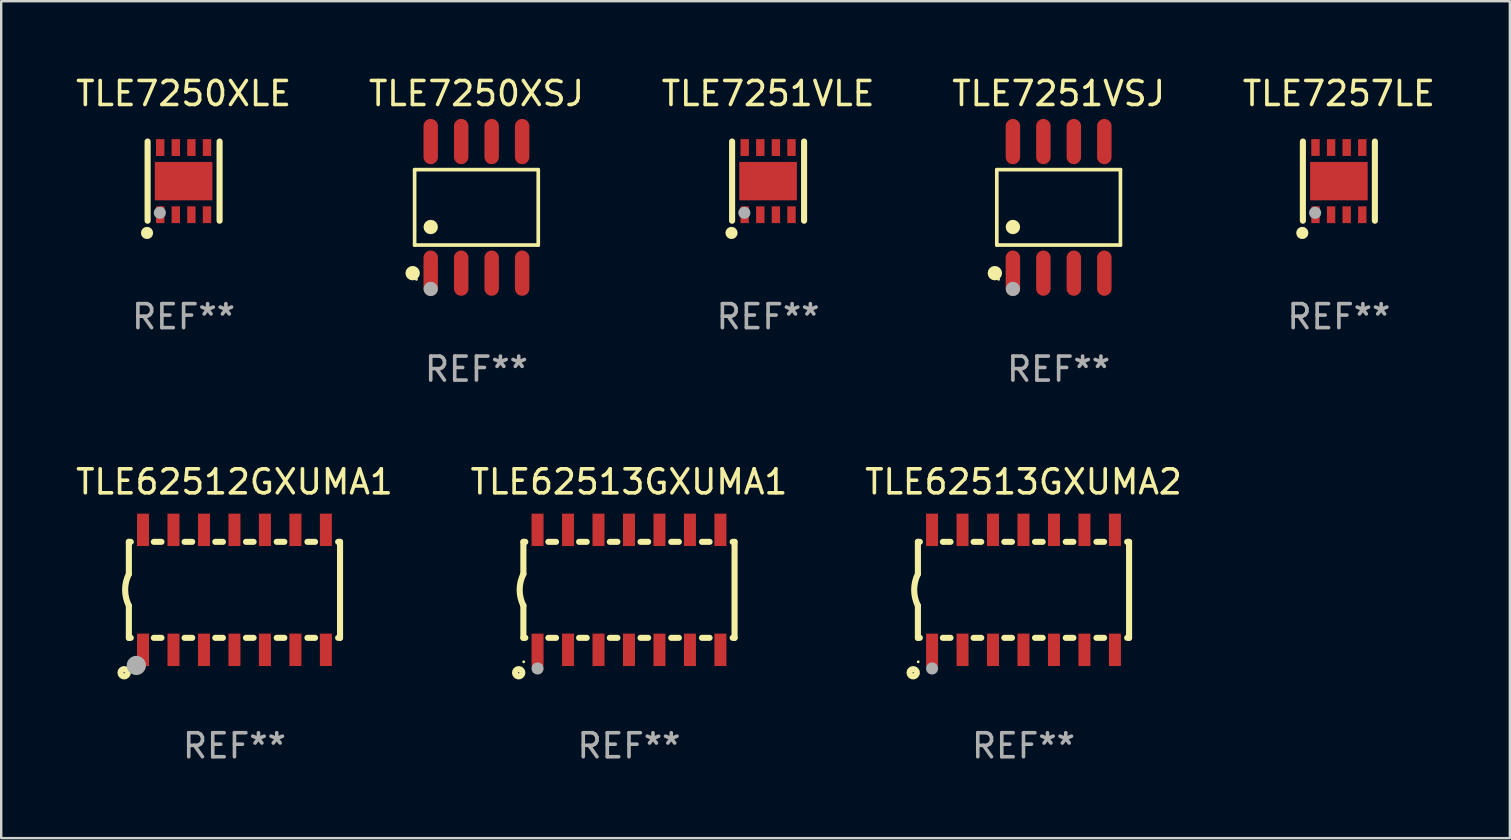
<source format=kicad_pcb>
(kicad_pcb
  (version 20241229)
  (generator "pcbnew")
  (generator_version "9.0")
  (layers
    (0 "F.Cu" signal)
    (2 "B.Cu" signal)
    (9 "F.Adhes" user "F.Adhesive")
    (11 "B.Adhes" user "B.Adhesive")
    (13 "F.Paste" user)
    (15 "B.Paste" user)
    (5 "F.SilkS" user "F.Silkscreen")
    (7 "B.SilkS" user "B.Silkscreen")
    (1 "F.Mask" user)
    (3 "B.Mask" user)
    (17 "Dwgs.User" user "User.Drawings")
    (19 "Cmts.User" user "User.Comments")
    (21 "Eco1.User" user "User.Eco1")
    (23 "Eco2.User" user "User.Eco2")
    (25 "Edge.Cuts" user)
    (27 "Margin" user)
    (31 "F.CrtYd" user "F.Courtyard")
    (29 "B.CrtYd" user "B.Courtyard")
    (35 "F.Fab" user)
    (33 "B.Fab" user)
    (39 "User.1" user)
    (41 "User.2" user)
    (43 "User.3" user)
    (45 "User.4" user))
  (footprint "TLE62512GXUMA1"
    (layer "F.Cu")
    (at 6.72 21.53)
    (property "Reference" "TLE62512GXUMA1" (at 0 -4.5 0) (layer "F.SilkS") (effects (font (size 1 1) (thickness 0.15))))
    (attr through_hole)
    (fp_line (start -4.4 -2) (end -4.4 -0.66) (stroke (width 0.254) (type solid)) (layer "F.SilkS"))
    (fp_line (start -4.4 -2) (end -4.321 -2) (stroke (width 0.254) (type solid)) (layer "F.SilkS"))
    (fp_line (start -4.4 2) (end -4.4 0.66) (stroke (width 0.254) (type solid)) (layer "F.SilkS"))
    (fp_line (start -4.4 2) (end -4.321 2) (stroke (width 0.254) (type solid)) (layer "F.SilkS"))
    (fp_line (start -3.359 -2) (end -3.041 -2) (stroke (width 0.254) (type solid)) (layer "F.SilkS"))
    (fp_line (start -3.359 2) (end -3.041 2) (stroke (width 0.254) (type solid)) (layer "F.SilkS"))
    (fp_line (start -2.079 -2) (end -1.761 -2) (stroke (width 0.254) (type solid)) (layer "F.SilkS"))
    (fp_line (start -2.079 2) (end -1.761 2) (stroke (width 0.254) (type solid)) (layer "F.SilkS"))
    (fp_line (start -0.799 -2) (end -0.481 -2) (stroke (width 0.254) (type solid)) (layer "F.SilkS"))
    (fp_line (start -0.799 2) (end -0.481 2) (stroke (width 0.254) (type solid)) (layer "F.SilkS"))
    (fp_line (start 0.481 -2) (end 0.799 -2) (stroke (width 0.254) (type solid)) (layer "F.SilkS"))
    (fp_line (start 0.481 2) (end 0.799 2) (stroke (width 0.254) (type solid)) (layer "F.SilkS"))
    (fp_line (start 1.761 -2) (end 2.079 -2) (stroke (width 0.254) (type solid)) (layer "F.SilkS"))
    (fp_line (start 1.761 2) (end 2.079 2) (stroke (width 0.254) (type solid)) (layer "F.SilkS"))
    (fp_line (start 3.041 -2) (end 3.359 -2) (stroke (width 0.254) (type solid)) (layer "F.SilkS"))
    (fp_line (start 3.041 2) (end 3.359 2) (stroke (width 0.254) (type solid)) (layer "F.SilkS"))
    (fp_line (start 4.321 -2) (end 4.4 -2) (stroke (width 0.254) (type solid)) (layer "F.SilkS"))
    (fp_line (start 4.321 2) (end 4.4 2) (stroke (width 0.254) (type solid)) (layer "F.SilkS"))
    (fp_line (start 4.4 2) (end 4.4 -2) (stroke (width 0.254) (type solid)) (layer "F.SilkS"))
    (fp_arc (start -4.399314 0.660274) (mid -4.555404 0.000172) (end -4.400025 -0.660097) (stroke (width 0.254001) (type solid)) (layer "F.SilkS"))
    (fp_circle (center -4.597 3.454) (end -4.572 3.454) (stroke (width 0.254) (type solid)) (fill no) (layer "F.SilkS"))
    (fp_circle (center -4.375 3) (end -4.345 3) (stroke (width 0.06) (type solid)) (fill no) (layer "F.SilkS"))
    (fp_circle (center -4.089 3.15) (end -3.889 3.15) (stroke (width 0.4) (type solid)) (fill no) (layer "F.Fab"))
    (fp_text user "REF**" (at 0 6.5 0) (layer "F.Fab") (effects (font (size 1 1) (thickness 0.15))))
    (pad "1" smd rect (at -3.81 2.5 90) (size 1.35 0.5) (layers "F.Cu" "F.Mask" "F.Paste"))
    (pad "2" smd rect (at -2.54 2.5 90) (size 1.35 0.5) (layers "F.Cu" "F.Mask" "F.Paste"))
    (pad "3" smd rect (at -1.27 2.5 90) (size 1.35 0.5) (layers "F.Cu" "F.Mask" "F.Paste"))
    (pad "4" smd rect (at -0.000025 2.5 90) (size 1.35 0.5) (layers "F.Cu" "F.Mask" "F.Paste"))
    (pad "5" smd rect (at 1.27 2.5 90) (size 1.35 0.5) (layers "F.Cu" "F.Mask" "F.Paste"))
    (pad "6" smd rect (at 2.54 2.5 90) (size 1.35 0.5) (layers "F.Cu" "F.Mask" "F.Paste"))
    (pad "7" smd rect (at 3.81 2.5 90) (size 1.35 0.5) (layers "F.Cu" "F.Mask" "F.Paste"))
    (pad "8" smd rect (at 3.81 -2.5 90) (size 1.35 0.5) (layers "F.Cu" "F.Mask" "F.Paste"))
    (pad "9" smd rect (at 2.54 -2.5 90) (size 1.35 0.5) (layers "F.Cu" "F.Mask" "F.Paste"))
    (pad "10" smd rect (at 1.27 -2.5 90) (size 1.35 0.5) (layers "F.Cu" "F.Mask" "F.Paste"))
    (pad "11" smd rect (at -0.000025 -2.5 90) (size 1.35 0.5) (layers "F.Cu" "F.Mask" "F.Paste"))
    (pad "12" smd rect (at -1.27 -2.5 90) (size 1.35 0.5) (layers "F.Cu" "F.Mask" "F.Paste"))
    (pad "13" smd rect (at -2.54 -2.5 90) (size 1.35 0.5) (layers "F.Cu" "F.Mask" "F.Paste"))
    (pad "14" smd rect (at -3.81 -2.5 90) (size 1.35 0.5) (layers "F.Cu" "F.Mask" "F.Paste")))
  (footprint "TLE7251VLE"
    (layer "F.Cu")
    (at 28.958 4.498)
    (property "Reference" "TLE7251VLE" (at 0 -3.65 0) (layer "F.SilkS") (effects (font (size 1 1) (thickness 0.15))))
    (attr through_hole)
    (fp_line (start -1.5 1.65) (end -1.5 -1.65) (stroke (width 0.254) (type solid)) (layer "F.SilkS"))
    (fp_line (start 1.5 1.65) (end 1.5 -1.65) (stroke (width 0.254) (type solid)) (layer "F.SilkS"))
    (fp_circle (center -1.524 2.159) (end -1.397 2.159) (stroke (width 0.254) (type solid)) (fill no) (layer "F.SilkS"))
    (fp_circle (center -1.5 1.5) (end -1.47 1.5) (stroke (width 0.06) (type solid)) (fill no) (layer "F.SilkS"))
    (fp_circle (center -0.99 1.32) (end -0.863 1.32) (stroke (width 0.254) (type solid)) (fill no) (layer "F.Fab"))
    (fp_text user "REF**" (at 0 5.65 0) (layer "F.Fab") (effects (font (size 1 1) (thickness 0.15))))
    (pad "1" smd rect (at -0.975 1.4 270) (size 0.7 0.35) (layers "F.Cu" "F.Mask" "F.Paste"))
    (pad "2" smd rect (at -0.325 1.4 270) (size 0.7 0.35) (layers "F.Cu" "F.Mask" "F.Paste"))
    (pad "3" smd rect (at 0.325 1.4 270) (size 0.7 0.35) (layers "F.Cu" "F.Mask" "F.Paste"))
    (pad "4" smd rect (at 0.975 1.4 270) (size 0.7 0.35) (layers "F.Cu" "F.Mask" "F.Paste"))
    (pad "5" smd rect (at 0.975 -1.4 270) (size 0.7 0.35) (layers "F.Cu" "F.Mask" "F.Paste"))
    (pad "6" smd rect (at 0.325 -1.4 270) (size 0.7 0.35) (layers "F.Cu" "F.Mask" "F.Paste"))
    (pad "7" smd rect (at -0.325 -1.4 270) (size 0.7 0.35) (layers "F.Cu" "F.Mask" "F.Paste"))
    (pad "8" smd rect (at -0.975 -1.4 270) (size 0.7 0.35) (layers "F.Cu" "F.Mask" "F.Paste"))
    (pad "9" smd rect (at 0.000241 0.000064) (size 2.4 1.6) (layers "F.Cu" "F.Mask" "F.Paste")))
  (footprint "TLE62513GXUMA2"
    (layer "F.Cu")
    (at 39.601 21.53)
    (property "Reference" "TLE62513GXUMA2" (at 0 -4.5 0) (layer "F.SilkS") (effects (font (size 1 1) (thickness 0.15))))
    (attr through_hole)
    (fp_line (start -4.4 -2) (end -4.4 -0.66) (stroke (width 0.254) (type solid)) (layer "F.SilkS"))
    (fp_line (start -4.4 -2) (end -4.321 -2) (stroke (width 0.254) (type solid)) (layer "F.SilkS"))
    (fp_line (start -4.4 2) (end -4.4 0.66) (stroke (width 0.254) (type solid)) (layer "F.SilkS"))
    (fp_line (start -4.4 2) (end -4.321 2) (stroke (width 0.254) (type solid)) (layer "F.SilkS"))
    (fp_line (start -3.359 -2) (end -3.041 -2) (stroke (width 0.254) (type solid)) (layer "F.SilkS"))
    (fp_line (start -3.359 2) (end -3.041 2) (stroke (width 0.254) (type solid)) (layer "F.SilkS"))
    (fp_line (start -2.079 -2) (end -1.761 -2) (stroke (width 0.254) (type solid)) (layer "F.SilkS"))
    (fp_line (start -2.079 2) (end -1.761 2) (stroke (width 0.254) (type solid)) (layer "F.SilkS"))
    (fp_line (start -0.799 -2) (end -0.481 -2) (stroke (width 0.254) (type solid)) (layer "F.SilkS"))
    (fp_line (start -0.799 2) (end -0.481 2) (stroke (width 0.254) (type solid)) (layer "F.SilkS"))
    (fp_line (start 0.481 -2) (end 0.799 -2) (stroke (width 0.254) (type solid)) (layer "F.SilkS"))
    (fp_line (start 0.481 2) (end 0.799 2) (stroke (width 0.254) (type solid)) (layer "F.SilkS"))
    (fp_line (start 1.761 -2) (end 2.079 -2) (stroke (width 0.254) (type solid)) (layer "F.SilkS"))
    (fp_line (start 1.761 2) (end 2.079 2) (stroke (width 0.254) (type solid)) (layer "F.SilkS"))
    (fp_line (start 3.041 -2) (end 3.359 -2) (stroke (width 0.254) (type solid)) (layer "F.SilkS"))
    (fp_line (start 3.041 2) (end 3.359 2) (stroke (width 0.254) (type solid)) (layer "F.SilkS"))
    (fp_line (start 4.321 -2) (end 4.4 -2) (stroke (width 0.254) (type solid)) (layer "F.SilkS"))
    (fp_line (start 4.321 2) (end 4.4 2) (stroke (width 0.254) (type solid)) (layer "F.SilkS"))
    (fp_line (start 4.4 2) (end 4.4 -2) (stroke (width 0.254) (type solid)) (layer "F.SilkS"))
    (fp_arc (start -4.399314 0.660274) (mid -4.555404 0.000172) (end -4.400025 -0.660097) (stroke (width 0.254001) (type solid)) (layer "F.SilkS"))
    (fp_circle (center -4.597 3.454) (end -4.572 3.454) (stroke (width 0.254) (type solid)) (fill no) (layer "F.SilkS"))
    (fp_circle (center -4.387 2.999) (end -4.357 2.999) (stroke (width 0.06) (type solid)) (fill no) (layer "F.SilkS"))
    (fp_circle (center -3.81 3.277) (end -3.683 3.277) (stroke (width 0.254) (type solid)) (fill no) (layer "F.Fab"))
    (fp_text user "REF**" (at 0 6.5 0) (layer "F.Fab") (effects (font (size 1 1) (thickness 0.15))))
    (pad "1" smd rect (at -3.81 2.5 90) (size 1.35 0.5) (layers "F.Cu" "F.Mask" "F.Paste"))
    (pad "2" smd rect (at -2.54 2.5 90) (size 1.35 0.5) (layers "F.Cu" "F.Mask" "F.Paste"))
    (pad "3" smd rect (at -1.27 2.5 90) (size 1.35 0.5) (layers "F.Cu" "F.Mask" "F.Paste"))
    (pad "4" smd rect (at -0.000025 2.5 90) (size 1.35 0.5) (layers "F.Cu" "F.Mask" "F.Paste"))
    (pad "5" smd rect (at 1.27 2.5 90) (size 1.35 0.5) (layers "F.Cu" "F.Mask" "F.Paste"))
    (pad "6" smd rect (at 2.54 2.5 90) (size 1.35 0.5) (layers "F.Cu" "F.Mask" "F.Paste"))
    (pad "7" smd rect (at 3.81 2.5 90) (size 1.35 0.5) (layers "F.Cu" "F.Mask" "F.Paste"))
    (pad "8" smd rect (at 3.81 -2.5 90) (size 1.35 0.5) (layers "F.Cu" "F.Mask" "F.Paste"))
    (pad "9" smd rect (at 2.54 -2.5 90) (size 1.35 0.5) (layers "F.Cu" "F.Mask" "F.Paste"))
    (pad "10" smd rect (at 1.27 -2.5 90) (size 1.35 0.5) (layers "F.Cu" "F.Mask" "F.Paste"))
    (pad "11" smd rect (at -0.000025 -2.5 90) (size 1.35 0.5) (layers "F.Cu" "F.Mask" "F.Paste"))
    (pad "12" smd rect (at -1.27 -2.5 90) (size 1.35 0.5) (layers "F.Cu" "F.Mask" "F.Paste"))
    (pad "13" smd rect (at -2.54 -2.5 90) (size 1.35 0.5) (layers "F.Cu" "F.Mask" "F.Paste"))
    (pad "14" smd rect (at -3.81 -2.5 90) (size 1.35 0.5) (layers "F.Cu" "F.Mask" "F.Paste")))
  (footprint "TLE7250XLE"
    (layer "F.Cu")
    (at 4.601 4.498)
    (property "Reference" "TLE7250XLE" (at 0 -3.65 0) (layer "F.SilkS") (effects (font (size 1 1) (thickness 0.15))))
    (attr through_hole)
    (fp_line (start -1.5 1.65) (end -1.5 -1.65) (stroke (width 0.254) (type solid)) (layer "F.SilkS"))
    (fp_line (start 1.5 1.65) (end 1.5 -1.65) (stroke (width 0.254) (type solid)) (layer "F.SilkS"))
    (fp_circle (center -1.524 2.159) (end -1.397 2.159) (stroke (width 0.254) (type solid)) (fill no) (layer "F.SilkS"))
    (fp_circle (center -1.5 1.5) (end -1.47 1.5) (stroke (width 0.06) (type solid)) (fill no) (layer "F.SilkS"))
    (fp_circle (center -0.99 1.32) (end -0.863 1.32) (stroke (width 0.254) (type solid)) (fill no) (layer "F.Fab"))
    (fp_text user "REF**" (at 0 5.65 0) (layer "F.Fab") (effects (font (size 1 1) (thickness 0.15))))
    (pad "1" smd rect (at -0.975 1.4 270) (size 0.7 0.35) (layers "F.Cu" "F.Mask" "F.Paste"))
    (pad "2" smd rect (at -0.325 1.4 270) (size 0.7 0.35) (layers "F.Cu" "F.Mask" "F.Paste"))
    (pad "3" smd rect (at 0.325 1.4 270) (size 0.7 0.35) (layers "F.Cu" "F.Mask" "F.Paste"))
    (pad "4" smd rect (at 0.975 1.4 270) (size 0.7 0.35) (layers "F.Cu" "F.Mask" "F.Paste"))
    (pad "5" smd rect (at 0.975 -1.4 270) (size 0.7 0.35) (layers "F.Cu" "F.Mask" "F.Paste"))
    (pad "6" smd rect (at 0.325 -1.4 270) (size 0.7 0.35) (layers "F.Cu" "F.Mask" "F.Paste"))
    (pad "7" smd rect (at -0.325 -1.4 270) (size 0.7 0.35) (layers "F.Cu" "F.Mask" "F.Paste"))
    (pad "8" smd rect (at -0.975 -1.4 270) (size 0.7 0.35) (layers "F.Cu" "F.Mask" "F.Paste"))
    (pad "9" smd rect (at 0.000241 0.000064) (size 2.4 1.6) (layers "F.Cu" "F.Mask" "F.Paste")))
  (footprint "TLE62513GXUMA1"
    (layer "F.Cu")
    (at 23.161 21.53)
    (property "Reference" "TLE62513GXUMA1" (at 0 -4.5 0) (layer "F.SilkS") (effects (font (size 1 1) (thickness 0.15))))
    (attr through_hole)
    (fp_line (start -4.4 -2) (end -4.4 -0.66) (stroke (width 0.254) (type solid)) (layer "F.SilkS"))
    (fp_line (start -4.4 -2) (end -4.321 -2) (stroke (width 0.254) (type solid)) (layer "F.SilkS"))
    (fp_line (start -4.4 2) (end -4.4 0.66) (stroke (width 0.254) (type solid)) (layer "F.SilkS"))
    (fp_line (start -4.4 2) (end -4.321 2) (stroke (width 0.254) (type solid)) (layer "F.SilkS"))
    (fp_line (start -3.359 -2) (end -3.041 -2) (stroke (width 0.254) (type solid)) (layer "F.SilkS"))
    (fp_line (start -3.359 2) (end -3.041 2) (stroke (width 0.254) (type solid)) (layer "F.SilkS"))
    (fp_line (start -2.079 -2) (end -1.761 -2) (stroke (width 0.254) (type solid)) (layer "F.SilkS"))
    (fp_line (start -2.079 2) (end -1.761 2) (stroke (width 0.254) (type solid)) (layer "F.SilkS"))
    (fp_line (start -0.799 -2) (end -0.481 -2) (stroke (width 0.254) (type solid)) (layer "F.SilkS"))
    (fp_line (start -0.799 2) (end -0.481 2) (stroke (width 0.254) (type solid)) (layer "F.SilkS"))
    (fp_line (start 0.481 -2) (end 0.799 -2) (stroke (width 0.254) (type solid)) (layer "F.SilkS"))
    (fp_line (start 0.481 2) (end 0.799 2) (stroke (width 0.254) (type solid)) (layer "F.SilkS"))
    (fp_line (start 1.761 -2) (end 2.079 -2) (stroke (width 0.254) (type solid)) (layer "F.SilkS"))
    (fp_line (start 1.761 2) (end 2.079 2) (stroke (width 0.254) (type solid)) (layer "F.SilkS"))
    (fp_line (start 3.041 -2) (end 3.359 -2) (stroke (width 0.254) (type solid)) (layer "F.SilkS"))
    (fp_line (start 3.041 2) (end 3.359 2) (stroke (width 0.254) (type solid)) (layer "F.SilkS"))
    (fp_line (start 4.321 -2) (end 4.4 -2) (stroke (width 0.254) (type solid)) (layer "F.SilkS"))
    (fp_line (start 4.321 2) (end 4.4 2) (stroke (width 0.254) (type solid)) (layer "F.SilkS"))
    (fp_line (start 4.4 2) (end 4.4 -2) (stroke (width 0.254) (type solid)) (layer "F.SilkS"))
    (fp_arc (start -4.399314 0.660274) (mid -4.555404 0.000172) (end -4.400025 -0.660097) (stroke (width 0.254001) (type solid)) (layer "F.SilkS"))
    (fp_circle (center -4.597 3.454) (end -4.572 3.454) (stroke (width 0.254) (type solid)) (fill no) (layer "F.SilkS"))
    (fp_circle (center -4.387 2.999) (end -4.357 2.999) (stroke (width 0.06) (type solid)) (fill no) (layer "F.SilkS"))
    (fp_circle (center -3.81 3.277) (end -3.683 3.277) (stroke (width 0.254) (type solid)) (fill no) (layer "F.Fab"))
    (fp_text user "REF**" (at 0 6.5 0) (layer "F.Fab") (effects (font (size 1 1) (thickness 0.15))))
    (pad "1" smd rect (at -3.81 2.5 90) (size 1.35 0.5) (layers "F.Cu" "F.Mask" "F.Paste"))
    (pad "2" smd rect (at -2.54 2.5 90) (size 1.35 0.5) (layers "F.Cu" "F.Mask" "F.Paste"))
    (pad "3" smd rect (at -1.27 2.5 90) (size 1.35 0.5) (layers "F.Cu" "F.Mask" "F.Paste"))
    (pad "4" smd rect (at -0.000025 2.5 90) (size 1.35 0.5) (layers "F.Cu" "F.Mask" "F.Paste"))
    (pad "5" smd rect (at 1.27 2.5 90) (size 1.35 0.5) (layers "F.Cu" "F.Mask" "F.Paste"))
    (pad "6" smd rect (at 2.54 2.5 90) (size 1.35 0.5) (layers "F.Cu" "F.Mask" "F.Paste"))
    (pad "7" smd rect (at 3.81 2.5 90) (size 1.35 0.5) (layers "F.Cu" "F.Mask" "F.Paste"))
    (pad "8" smd rect (at 3.81 -2.5 90) (size 1.35 0.5) (layers "F.Cu" "F.Mask" "F.Paste"))
    (pad "9" smd rect (at 2.54 -2.5 90) (size 1.35 0.5) (layers "F.Cu" "F.Mask" "F.Paste"))
    (pad "10" smd rect (at 1.27 -2.5 90) (size 1.35 0.5) (layers "F.Cu" "F.Mask" "F.Paste"))
    (pad "11" smd rect (at -0.000025 -2.5 90) (size 1.35 0.5) (layers "F.Cu" "F.Mask" "F.Paste"))
    (pad "12" smd rect (at -1.27 -2.5 90) (size 1.35 0.5) (layers "F.Cu" "F.Mask" "F.Paste"))
    (pad "13" smd rect (at -2.54 -2.5 90) (size 1.35 0.5) (layers "F.Cu" "F.Mask" "F.Paste"))
    (pad "14" smd rect (at -3.81 -2.5 90) (size 1.35 0.5) (layers "F.Cu" "F.Mask" "F.Paste")))
  (footprint "TLE7250XSJ"
    (layer "F.Cu")
    (at 16.804 5.591)
    (property "Reference" "TLE7250XSJ" (at 0 -4.742 0) (layer "F.SilkS") (effects (font (size 1 1) (thickness 0.15))))
    (attr through_hole)
    (fp_line (start -2.576 -1.571) (end 2.576 -1.571) (stroke (width 0.152) (type solid)) (layer "F.SilkS"))
    (fp_line (start -2.576 1.571) (end -2.576 -1.571) (stroke (width 0.152) (type solid)) (layer "F.SilkS"))
    (fp_line (start 2.576 -1.571) (end 2.576 1.571) (stroke (width 0.152) (type solid)) (layer "F.SilkS"))
    (fp_line (start 2.576 1.571) (end -2.576 1.571) (stroke (width 0.152) (type solid)) (layer "F.SilkS"))
    (fp_circle (center -2.658 2.742) (end -2.508 2.742) (stroke (width 0.3) (type solid)) (fill no) (layer "F.SilkS"))
    (fp_circle (center -2.5 3) (end -2.47 3) (stroke (width 0.06) (type solid)) (fill no) (layer "F.SilkS"))
    (fp_circle (center -1.905 0.819) (end -1.755 0.819) (stroke (width 0.3) (type solid)) (fill no) (layer "F.SilkS"))
    (fp_circle (center -1.905 3.4) (end -1.755 3.4) (stroke (width 0.3) (type solid)) (fill no) (layer "F.Fab"))
    (fp_text user "REF**" (at 0 6.742 0) (layer "F.Fab") (effects (font (size 1 1) (thickness 0.15))))
    (pad "1" smd oval (at -1.905 2.742) (size 0.602 1.885) (layers "F.Cu" "F.Mask" "F.Paste"))
    (pad "2" smd oval (at -0.635 2.742) (size 0.602 1.885) (layers "F.Cu" "F.Mask" "F.Paste"))
    (pad "3" smd oval (at 0.635 2.742) (size 0.602 1.885) (layers "F.Cu" "F.Mask" "F.Paste"))
    (pad "4" smd oval (at 1.905 2.742) (size 0.602 1.885) (layers "F.Cu" "F.Mask" "F.Paste"))
    (pad "5" smd oval (at 1.905 -2.742) (size 0.602 1.885) (layers "F.Cu" "F.Mask" "F.Paste"))
    (pad "6" smd oval (at 0.635 -2.742) (size 0.602 1.885) (layers "F.Cu" "F.Mask" "F.Paste"))
    (pad "7" smd oval (at -0.635 -2.742) (size 0.602 1.885) (layers "F.Cu" "F.Mask" "F.Paste"))
    (pad "8" smd oval (at -1.905 -2.742) (size 0.602 1.885) (layers "F.Cu" "F.Mask" "F.Paste")))
  (footprint "TLE7251VSJ"
    (layer "F.Cu")
    (at 41.065 5.591)
    (property "Reference" "TLE7251VSJ" (at 0 -4.742 0) (layer "F.SilkS") (effects (font (size 1 1) (thickness 0.15))))
    (attr through_hole)
    (fp_line (start -2.576 -1.571) (end 2.576 -1.571) (stroke (width 0.152) (type solid)) (layer "F.SilkS"))
    (fp_line (start -2.576 1.571) (end -2.576 -1.571) (stroke (width 0.152) (type solid)) (layer "F.SilkS"))
    (fp_line (start 2.576 -1.571) (end 2.576 1.571) (stroke (width 0.152) (type solid)) (layer "F.SilkS"))
    (fp_line (start 2.576 1.571) (end -2.576 1.571) (stroke (width 0.152) (type solid)) (layer "F.SilkS"))
    (fp_circle (center -2.658 2.742) (end -2.508 2.742) (stroke (width 0.3) (type solid)) (fill no) (layer "F.SilkS"))
    (fp_circle (center -2.5 3) (end -2.47 3) (stroke (width 0.06) (type solid)) (fill no) (layer "F.SilkS"))
    (fp_circle (center -1.905 0.819) (end -1.755 0.819) (stroke (width 0.3) (type solid)) (fill no) (layer "F.SilkS"))
    (fp_circle (center -1.905 3.4) (end -1.755 3.4) (stroke (width 0.3) (type solid)) (fill no) (layer "F.Fab"))
    (fp_text user "REF**" (at 0 6.742 0) (layer "F.Fab") (effects (font (size 1 1) (thickness 0.15))))
    (pad "1" smd oval (at -1.905 2.742) (size 0.602 1.885) (layers "F.Cu" "F.Mask" "F.Paste"))
    (pad "2" smd oval (at -0.635 2.742) (size 0.602 1.885) (layers "F.Cu" "F.Mask" "F.Paste"))
    (pad "3" smd oval (at 0.635 2.742) (size 0.602 1.885) (layers "F.Cu" "F.Mask" "F.Paste"))
    (pad "4" smd oval (at 1.905 2.742) (size 0.602 1.885) (layers "F.Cu" "F.Mask" "F.Paste"))
    (pad "5" smd oval (at 1.905 -2.742) (size 0.602 1.885) (layers "F.Cu" "F.Mask" "F.Paste"))
    (pad "6" smd oval (at 0.635 -2.742) (size 0.602 1.885) (layers "F.Cu" "F.Mask" "F.Paste"))
    (pad "7" smd oval (at -0.635 -2.742) (size 0.602 1.885) (layers "F.Cu" "F.Mask" "F.Paste"))
    (pad "8" smd oval (at -1.905 -2.742) (size 0.602 1.885) (layers "F.Cu" "F.Mask" "F.Paste")))
  (footprint "TLE7257LE"
    (layer "F.Cu")
    (at 52.744 4.498)
    (property "Reference" "TLE7257LE" (at 0 -3.65 0) (layer "F.SilkS") (effects (font (size 1 1) (thickness 0.15))))
    (attr through_hole)
    (fp_line (start -1.5 1.65) (end -1.5 -1.65) (stroke (width 0.254) (type solid)) (layer "F.SilkS"))
    (fp_line (start 1.5 1.65) (end 1.5 -1.65) (stroke (width 0.254) (type solid)) (layer "F.SilkS"))
    (fp_circle (center -1.524 2.159) (end -1.397 2.159) (stroke (width 0.254) (type solid)) (fill no) (layer "F.SilkS"))
    (fp_circle (center -1.5 1.5) (end -1.47 1.5) (stroke (width 0.06) (type solid)) (fill no) (layer "F.SilkS"))
    (fp_circle (center -0.99 1.32) (end -0.863 1.32) (stroke (width 0.254) (type solid)) (fill no) (layer "F.Fab"))
    (fp_text user "REF**" (at 0 5.65 0) (layer "F.Fab") (effects (font (size 1 1) (thickness 0.15))))
    (pad "1" smd rect (at -0.975 1.4 270) (size 0.7 0.35) (layers "F.Cu" "F.Mask" "F.Paste"))
    (pad "2" smd rect (at -0.325 1.4 270) (size 0.7 0.35) (layers "F.Cu" "F.Mask" "F.Paste"))
    (pad "3" smd rect (at 0.325 1.4 270) (size 0.7 0.35) (layers "F.Cu" "F.Mask" "F.Paste"))
    (pad "4" smd rect (at 0.975 1.4 270) (size 0.7 0.35) (layers "F.Cu" "F.Mask" "F.Paste"))
    (pad "5" smd rect (at 0.975 -1.4 270) (size 0.7 0.35) (layers "F.Cu" "F.Mask" "F.Paste"))
    (pad "6" smd rect (at 0.325 -1.4 270) (size 0.7 0.35) (layers "F.Cu" "F.Mask" "F.Paste"))
    (pad "7" smd rect (at -0.325 -1.4 270) (size 0.7 0.35) (layers "F.Cu" "F.Mask" "F.Paste"))
    (pad "8" smd rect (at -0.975 -1.4 270) (size 0.7 0.35) (layers "F.Cu" "F.Mask" "F.Paste"))
    (pad "9" smd rect (at 0.000241 0.000064) (size 2.4 1.6) (layers "F.Cu" "F.Mask" "F.Paste")))
  (gr_rect
    (start -3 -3)
    (end 59.869 31.878)
    (stroke (width 0.1) (type default))
    (fill no)
    (layer "Edge.Cuts")))
</source>
